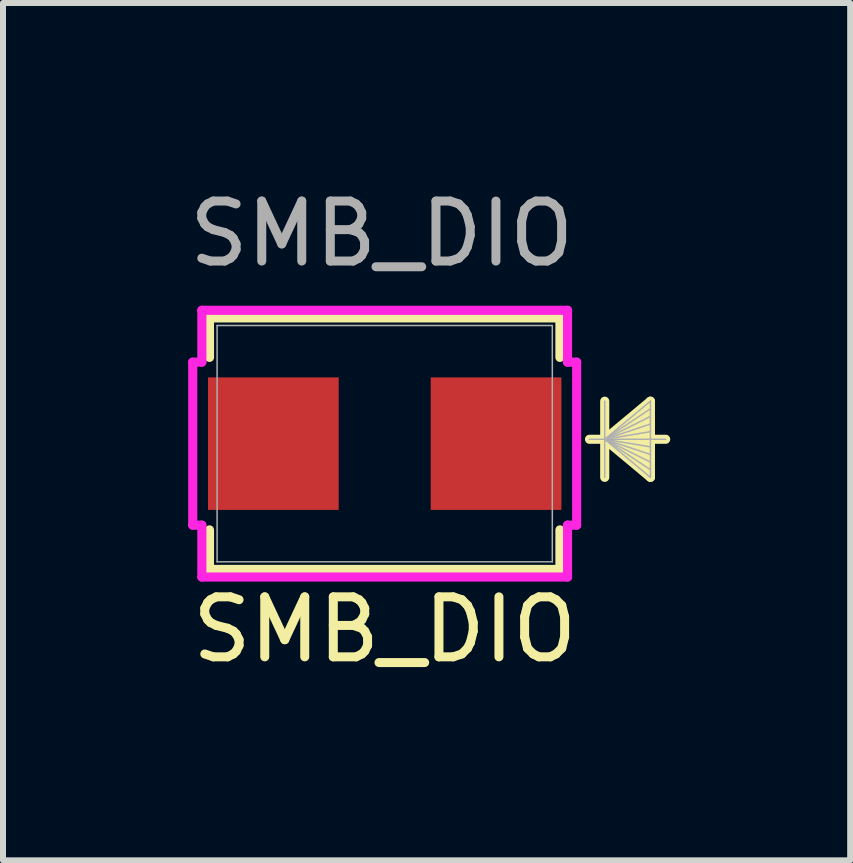
<source format=kicad_pcb>
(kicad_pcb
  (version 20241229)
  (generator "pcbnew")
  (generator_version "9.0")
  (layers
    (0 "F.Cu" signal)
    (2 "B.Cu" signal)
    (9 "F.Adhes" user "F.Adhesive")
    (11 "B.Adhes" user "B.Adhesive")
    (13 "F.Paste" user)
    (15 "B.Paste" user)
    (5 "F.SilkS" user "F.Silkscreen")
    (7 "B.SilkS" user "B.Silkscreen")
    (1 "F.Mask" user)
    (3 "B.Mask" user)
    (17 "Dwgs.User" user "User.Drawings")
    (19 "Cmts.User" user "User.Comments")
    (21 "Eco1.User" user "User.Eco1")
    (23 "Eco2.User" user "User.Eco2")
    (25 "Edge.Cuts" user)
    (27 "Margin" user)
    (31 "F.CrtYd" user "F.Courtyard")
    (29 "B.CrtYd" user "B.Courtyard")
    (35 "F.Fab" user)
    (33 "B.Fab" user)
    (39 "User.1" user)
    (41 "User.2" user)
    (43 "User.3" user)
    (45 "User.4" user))
  (footprint "SMB_DIO"
    (layer "F.Cu")
    (at 3.365 4.348)
    (property "Reference" "SMB_DIO" (at 0 3.1 0) (unlocked yes) (layer "F.SilkS") (effects (font (size 1 1) (thickness 0.15))))
    (attr smd)
    (fp_line (start -2.922 -2.097) (end -2.922 -1.438) (stroke (width 0.152) (type solid)) (layer "F.SilkS"))
    (fp_line (start -2.922 1.438) (end -2.922 2.097) (stroke (width 0.152) (type solid)) (layer "F.SilkS"))
    (fp_line (start -2.922 2.097) (end 2.922 2.097) (stroke (width 0.152) (type solid)) (layer "F.SilkS"))
    (fp_line (start 2.922 -2.097) (end -2.922 -2.097) (stroke (width 0.152) (type solid)) (layer "F.SilkS"))
    (fp_line (start 2.922 -1.438) (end 2.922 -2.097) (stroke (width 0.152) (type solid)) (layer "F.SilkS"))
    (fp_line (start 2.922 2.097) (end 2.922 1.438) (stroke (width 0.152) (type solid)) (layer "F.SilkS"))
    (fp_line (start 3.669 -0.708) (end 3.669 0.562) (stroke (width 0.152) (type solid)) (layer "F.SilkS"))
    (fp_line (start 3.669 -0.073) (end 4.431 -0.708) (stroke (width 0.152) (type solid)) (layer "F.SilkS"))
    (fp_line (start 3.669 -0.073) (end 4.431 -0.581) (stroke (width 0.152) (type solid)) (layer "F.SilkS"))
    (fp_line (start 3.669 -0.073) (end 4.431 -0.454) (stroke (width 0.152) (type solid)) (layer "F.SilkS"))
    (fp_line (start 3.669 -0.073) (end 4.431 -0.327) (stroke (width 0.152) (type solid)) (layer "F.SilkS"))
    (fp_line (start 3.669 -0.073) (end 4.431 -0.2) (stroke (width 0.152) (type solid)) (layer "F.SilkS"))
    (fp_line (start 3.669 -0.073) (end 4.431 0.054) (stroke (width 0.152) (type solid)) (layer "F.SilkS"))
    (fp_line (start 3.669 -0.073) (end 4.431 0.181) (stroke (width 0.152) (type solid)) (layer "F.SilkS"))
    (fp_line (start 3.669 -0.073) (end 4.431 0.308) (stroke (width 0.152) (type solid)) (layer "F.SilkS"))
    (fp_line (start 3.669 -0.073) (end 4.431 0.435) (stroke (width 0.152) (type solid)) (layer "F.SilkS"))
    (fp_line (start 3.669 -0.073) (end 4.431 0.562) (stroke (width 0.152) (type solid)) (layer "F.SilkS"))
    (fp_line (start 4.431 -0.708) (end 4.431 0.562) (stroke (width 0.152) (type solid)) (layer "F.SilkS"))
    (fp_line (start 4.685 -0.073) (end 3.415 -0.073) (stroke (width 0.152) (type solid)) (layer "F.SilkS"))
    (fp_line (start -3.201 -1.359) (end -3.049 -1.359) (stroke (width 0.152) (type solid)) (layer "F.CrtYd"))
    (fp_line (start -3.201 1.359) (end -3.201 -1.359) (stroke (width 0.152) (type solid)) (layer "F.CrtYd"))
    (fp_line (start -3.049 -2.224) (end 3.049 -2.224) (stroke (width 0.152) (type solid)) (layer "F.CrtYd"))
    (fp_line (start -3.049 -1.359) (end -3.049 -2.224) (stroke (width 0.152) (type solid)) (layer "F.CrtYd"))
    (fp_line (start -3.049 1.359) (end -3.201 1.359) (stroke (width 0.152) (type solid)) (layer "F.CrtYd"))
    (fp_line (start -3.049 2.224) (end -3.049 1.359) (stroke (width 0.152) (type solid)) (layer "F.CrtYd"))
    (fp_line (start 3.049 -2.224) (end 3.049 -1.359) (stroke (width 0.152) (type solid)) (layer "F.CrtYd"))
    (fp_line (start 3.049 -1.359) (end 3.201 -1.359) (stroke (width 0.152) (type solid)) (layer "F.CrtYd"))
    (fp_line (start 3.049 1.359) (end 3.049 2.224) (stroke (width 0.152) (type solid)) (layer "F.CrtYd"))
    (fp_line (start 3.049 2.224) (end -3.049 2.224) (stroke (width 0.152) (type solid)) (layer "F.CrtYd"))
    (fp_line (start 3.201 -1.359) (end 3.201 1.359) (stroke (width 0.152) (type solid)) (layer "F.CrtYd"))
    (fp_line (start 3.201 1.359) (end 3.049 1.359) (stroke (width 0.152) (type solid)) (layer "F.CrtYd"))
    (fp_line (start -2.795 -1.97) (end -2.795 1.97) (stroke (width 0.025) (type solid)) (layer "F.Fab"))
    (fp_line (start -2.795 1.97) (end 2.795 1.97) (stroke (width 0.025) (type solid)) (layer "F.Fab"))
    (fp_line (start 2.795 -1.97) (end -2.795 -1.97) (stroke (width 0.025) (type solid)) (layer "F.Fab"))
    (fp_line (start 2.795 1.97) (end 2.795 -1.97) (stroke (width 0.025) (type solid)) (layer "F.Fab"))
    (fp_line (start 3.669 -0.708) (end 3.669 0.562) (stroke (width 0.025) (type solid)) (layer "F.Fab"))
    (fp_line (start 3.669 -0.073) (end 4.431 -0.708) (stroke (width 0.025) (type solid)) (layer "F.Fab"))
    (fp_line (start 3.669 -0.073) (end 4.431 -0.581) (stroke (width 0.025) (type solid)) (layer "F.Fab"))
    (fp_line (start 3.669 -0.073) (end 4.431 -0.454) (stroke (width 0.025) (type solid)) (layer "F.Fab"))
    (fp_line (start 3.669 -0.073) (end 4.431 -0.327) (stroke (width 0.025) (type solid)) (layer "F.Fab"))
    (fp_line (start 3.669 -0.073) (end 4.431 -0.2) (stroke (width 0.025) (type solid)) (layer "F.Fab"))
    (fp_line (start 3.669 -0.073) (end 4.431 0.054) (stroke (width 0.025) (type solid)) (layer "F.Fab"))
    (fp_line (start 3.669 -0.073) (end 4.431 0.181) (stroke (width 0.025) (type solid)) (layer "F.Fab"))
    (fp_line (start 3.669 -0.073) (end 4.431 0.308) (stroke (width 0.025) (type solid)) (layer "F.Fab"))
    (fp_line (start 3.669 -0.073) (end 4.431 0.435) (stroke (width 0.025) (type solid)) (layer "F.Fab"))
    (fp_line (start 3.669 -0.073) (end 4.431 0.562) (stroke (width 0.025) (type solid)) (layer "F.Fab"))
    (fp_line (start 4.431 -0.708) (end 4.431 0.562) (stroke (width 0.025) (type solid)) (layer "F.Fab"))
    (fp_line (start 4.685 -0.073) (end 3.415 -0.073) (stroke (width 0.025) (type solid)) (layer "F.Fab"))
    (fp_text user "${REFERENCE}" (at -0.05 -3.5 0) (unlocked yes) (layer "F.Fab") (effects (font (size 1 1) (thickness 0.15))))
    (pad "1" smd rect (at -1.857 0 90) (size 2.21 2.18) (layers "F.Cu" "F.Mask" "F.Paste"))
    (pad "2" smd rect (at 1.857 0 90) (size 2.21 2.18) (layers "F.Cu" "F.Mask" "F.Paste"))
    (zone (net_name "") (layer "F.Cu") (hatch full 0.508) (connect_pads) (min_thickness 0.254) (filled_areas_thickness no) (keepout (tracks not_allowed) (vias not_allowed) (pads allowed) (copperpour not_allowed) (footprints allowed)) (placement (enabled no)) (fill) (polygon (pts (xy 0.621 2.429) (xy 6.11 2.429) (xy 6.11 3.192) (xy 0.621 3.192))))
    (zone (net_name "") (layer "F.Cu") (hatch full 0.508) (connect_pads) (min_thickness 0.254) (filled_areas_thickness no) (keepout (tracks not_allowed) (vias not_allowed) (pads allowed) (copperpour not_allowed) (footprints allowed)) (placement (enabled no)) (fill) (polygon (pts (xy 0.621 5.504) (xy 6.11 5.504) (xy 6.11 6.267) (xy 0.621 6.267))))
    (zone (net_name "") (layer "F.Cu") (hatch full 0.508) (connect_pads) (min_thickness 0.254) (filled_areas_thickness no) (keepout (tracks not_allowed) (vias not_allowed) (pads allowed) (copperpour not_allowed) (footprints allowed)) (placement (enabled no)) (fill) (polygon (pts (xy 2.649 3.192) (xy 4.082 3.192) (xy 4.082 5.504) (xy 2.649 5.504)))))
  (gr_rect
    (start -3 -3)
    (end 11.127 11.296)
    (stroke (width 0.1) (type default))
    (fill no)
    (layer "Edge.Cuts")))
</source>
